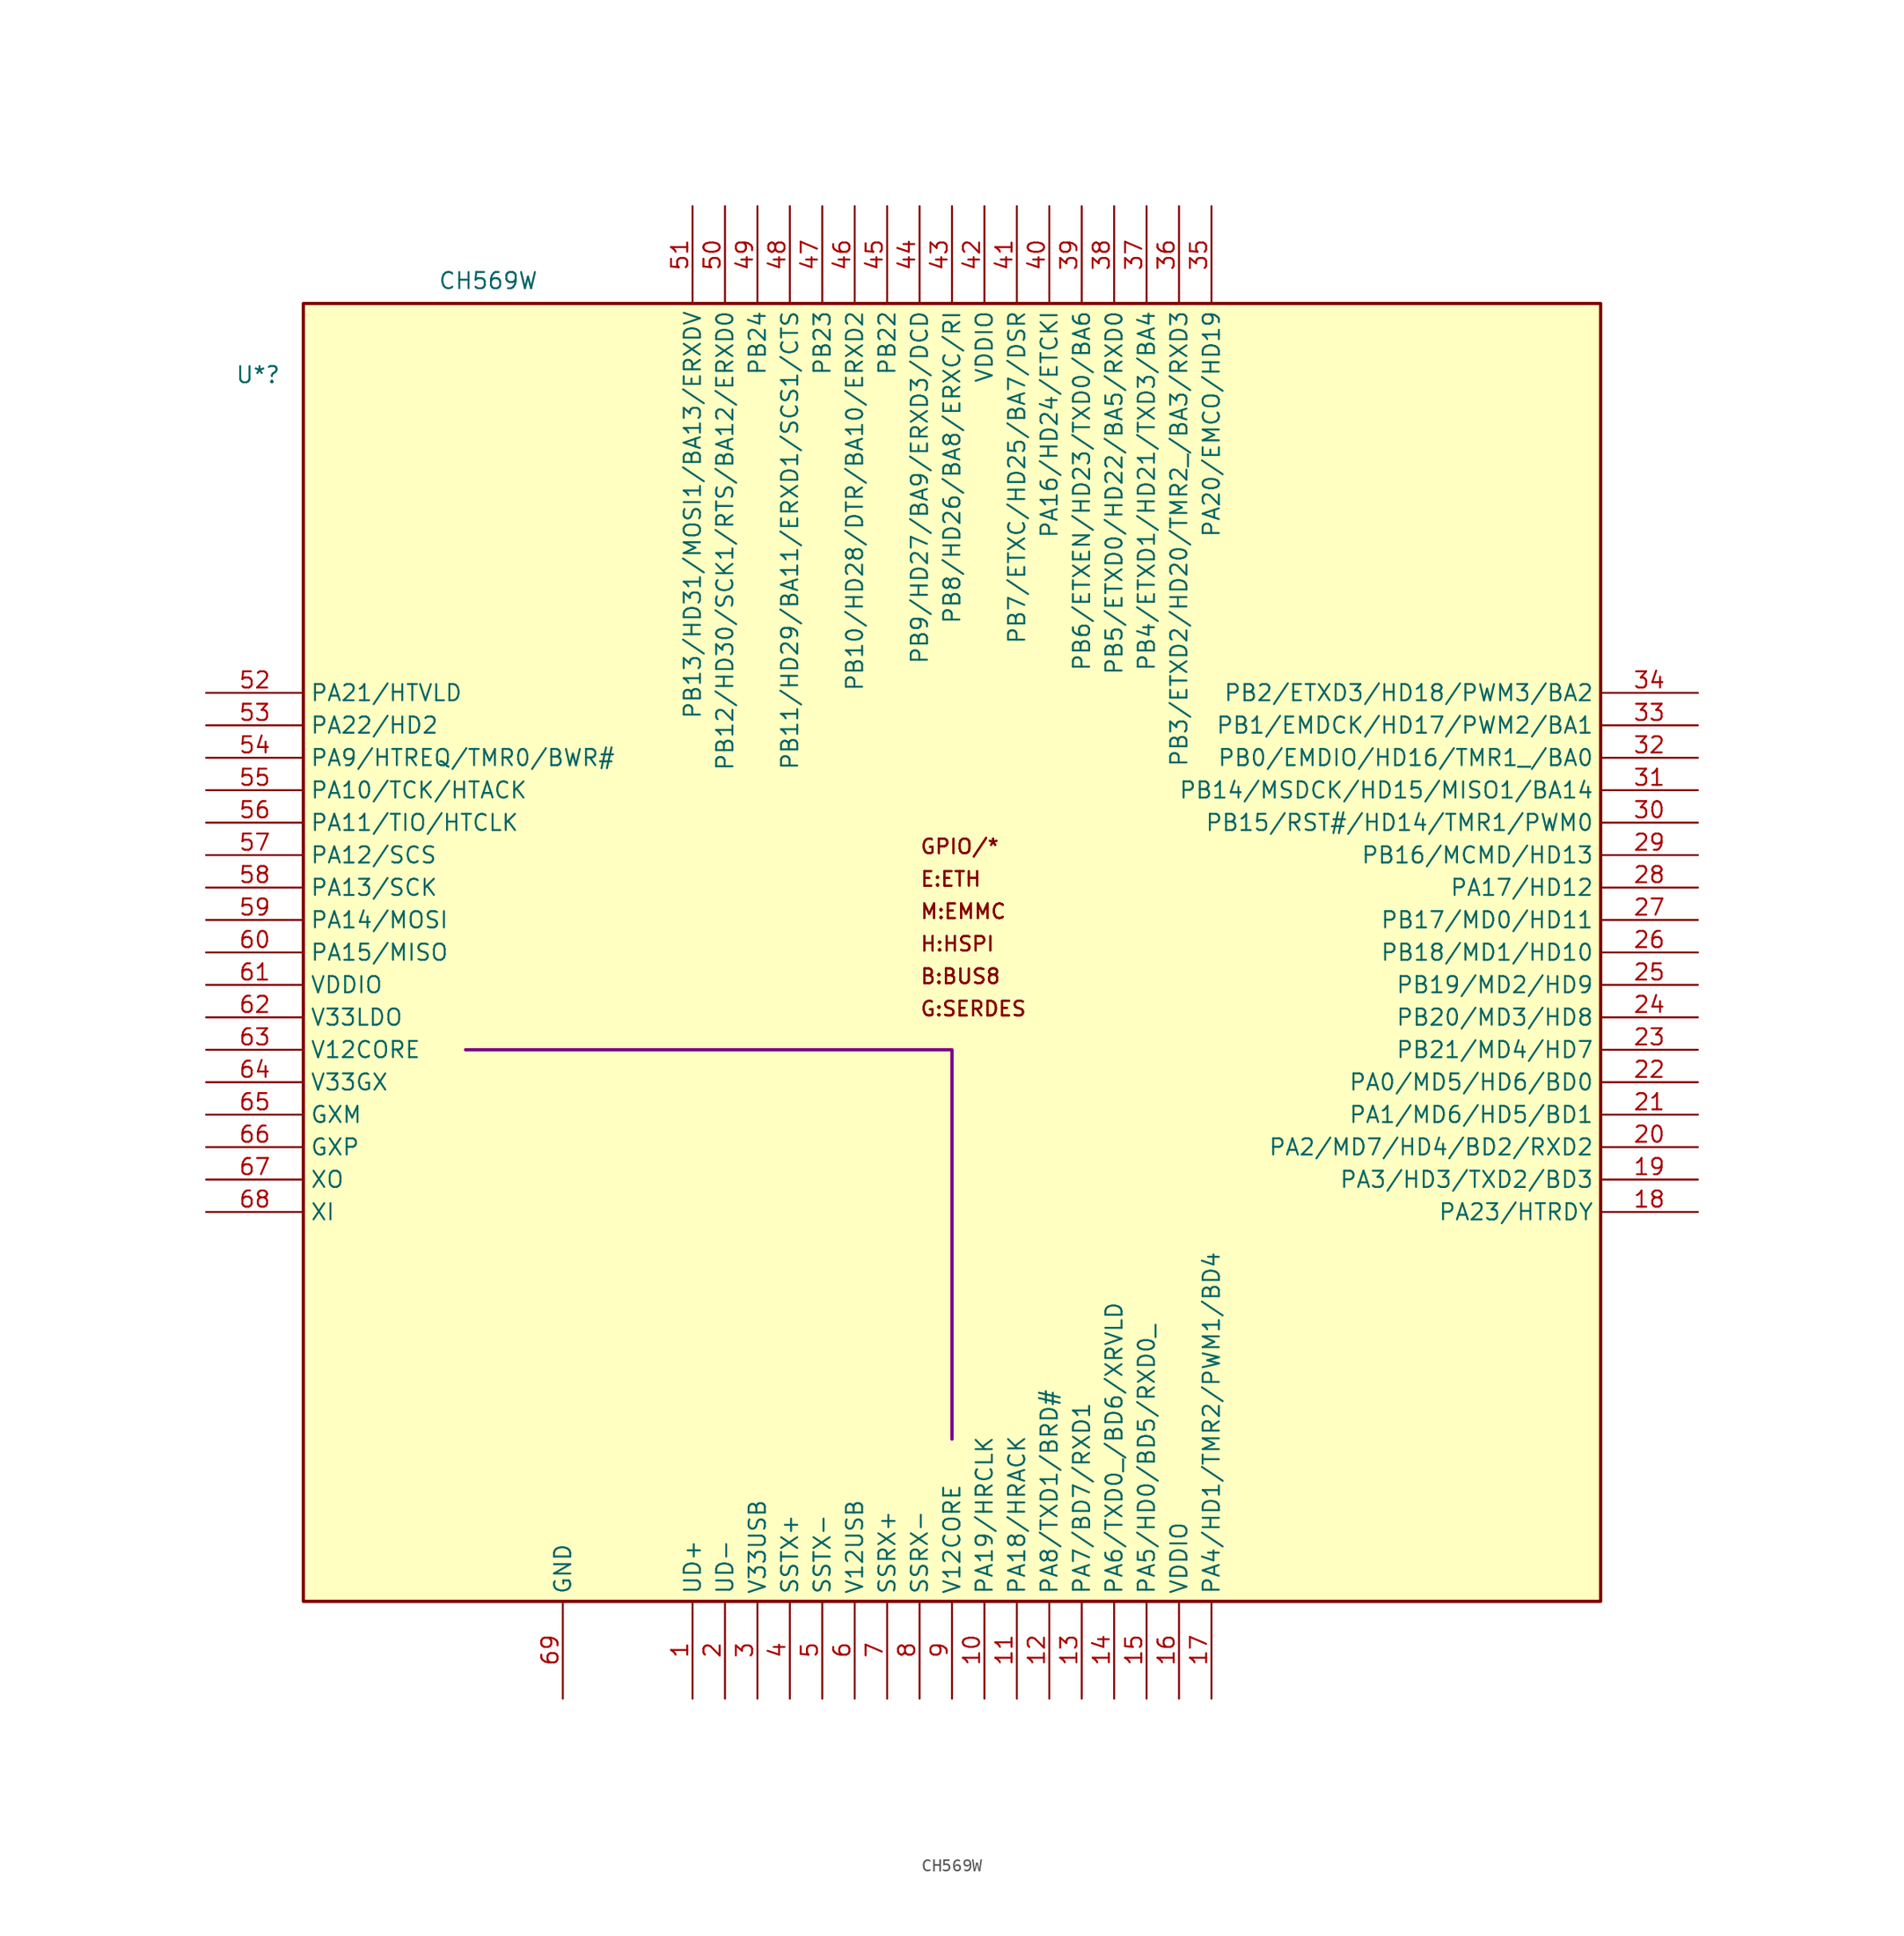
<source format=kicad_sym>
(kicad_symbol_lib
  (version 20231120)
  (generator "kicad_symbol_editor")
  (generator_version "8.0")
  (symbol "CH569W"
    (property "Reference" "U*"
      (at -3.556 -5.588 0)
      (effects (font (size 1.27 1.27))))
    (property "Value" "CH569W"
      (at 14.478 1.778 0)
      (effects (font (size 1.27 1.27))))
    (symbol "CH569W_1_0"
      (polyline (pts (xy 50.8 -88.9) (xy 50.8 -58.42) (xy 12.7 -58.42)) (stroke (width 0.254) (type solid) (color 125 0 137 1)) (fill (type none)))
      (rectangle (start 101.6 0) (end 0 -101.6) (stroke (width 0.254) (type solid) (color 128 0 0 1)) (fill (type background)))
      (text "B:BUS8" (at 48.26 -53.34 0) (effects (font (size 1.143 1.143)) (justify left bottom)))
      (text "B:BUS8" (at 48.26 -53.34 0) (effects (font (size 1.143 1.143)) (justify left bottom)))
      (text "B:BUS8" (at 48.26 -53.34 0) (effects (font (size 1.143 1.143)) (justify left bottom)))
      (text "E:ETH" (at 48.26 -45.72 0) (effects (font (size 1.143 1.143)) (justify left bottom)))
      (text "E:ETH" (at 48.26 -45.72 0) (effects (font (size 1.143 1.143)) (justify left bottom)))
      (text "E:ETH" (at 48.26 -45.72 0) (effects (font (size 1.143 1.143)) (justify left bottom)))
      (text "G:SERDES" (at 48.26 -55.88 0) (effects (font (size 1.143 1.143)) (justify left bottom)))
      (text "G:SERDES" (at 48.26 -55.88 0) (effects (font (size 1.143 1.143)) (justify left bottom)))
      (text "G:SERDES" (at 48.26 -55.88 0) (effects (font (size 1.143 1.143)) (justify left bottom)))
      (text "GPIO/*" (at 48.26 -43.18 0) (effects (font (size 1.143 1.143)) (justify left bottom)))
      (text "GPIO/*" (at 48.26 -43.18 0) (effects (font (size 1.143 1.143)) (justify left bottom)))
      (text "GPIO/*" (at 48.26 -43.18 0) (effects (font (size 1.143 1.143)) (justify left bottom)))
      (text "H:HSPI" (at 48.26 -50.8 0) (effects (font (size 1.143 1.143)) (justify left bottom)))
      (text "H:HSPI" (at 48.26 -50.8 0) (effects (font (size 1.143 1.143)) (justify left bottom)))
      (text "H:HSPI" (at 48.26 -50.8 0) (effects (font (size 1.143 1.143)) (justify left bottom)))
      (text "M:EMMC" (at 48.26 -48.26 0) (effects (font (size 1.143 1.143)) (justify left bottom)))
      (text "M:EMMC" (at 48.26 -48.26 0) (effects (font (size 1.143 1.143)) (justify left bottom)))
      (text "M:EMMC" (at 48.26 -48.26 0) (effects (font (size 1.143 1.143)) (justify left bottom)))
      (pin bidirectional line (at 30.48 -109.22 90) (length 7.62) (name "UD+" (effects (font (size 1.27 1.27)))) (number "1" (effects (font (size 1.27 1.27)))))
      (pin bidirectional line (at 53.34 -109.22 90) (length 7.62) (name "PA19/HRCLK" (effects (font (size 1.27 1.27)))) (number "10" (effects (font (size 1.27 1.27)))))
      (pin bidirectional line (at 55.88 -109.22 90) (length 7.62) (name "PA18/HRACK" (effects (font (size 1.27 1.27)))) (number "11" (effects (font (size 1.27 1.27)))))
      (pin bidirectional line (at 58.42 -109.22 90) (length 7.62) (name "PA8/TXD1/BRD#" (effects (font (size 1.27 1.27)))) (number "12" (effects (font (size 1.27 1.27)))))
      (pin bidirectional line (at 60.96 -109.22 90) (length 7.62) (name "PA7/BD7/RXD1" (effects (font (size 1.27 1.27)))) (number "13" (effects (font (size 1.27 1.27)))))
      (pin bidirectional line (at 63.5 -109.22 90) (length 7.62) (name "PA6/TXD0_/BD6/XRVLD" (effects (font (size 1.27 1.27)))) (number "14" (effects (font (size 1.27 1.27)))))
      (pin bidirectional line (at 66.04 -109.22 90) (length 7.62) (name "PA5/HD0/BD5/RXD0_" (effects (font (size 1.27 1.27)))) (number "15" (effects (font (size 1.27 1.27)))))
      (pin power_in line (at 68.58 -109.22 90) (length 7.62) (name "VDDIO" (effects (font (size 1.27 1.27)))) (number "16" (effects (font (size 1.27 1.27)))))
      (pin bidirectional line (at 71.12 -109.22 90) (length 7.62) (name "PA4/HD1/TMR2/PWM1/BD4" (effects (font (size 1.27 1.27)))) (number "17" (effects (font (size 1.27 1.27)))))
      (pin bidirectional line (at 109.22 -71.12 180) (length 7.62) (name "PA23/HTRDY" (effects (font (size 1.27 1.27)))) (number "18" (effects (font (size 1.27 1.27)))))
      (pin bidirectional line (at 109.22 -68.58 180) (length 7.62) (name "PA3/HD3/TXD2/BD3" (effects (font (size 1.27 1.27)))) (number "19" (effects (font (size 1.27 1.27)))))
      (pin bidirectional line (at 33.02 -109.22 90) (length 7.62) (name "UD-" (effects (font (size 1.27 1.27)))) (number "2" (effects (font (size 1.27 1.27)))))
      (pin bidirectional line (at 109.22 -66.04 180) (length 7.62) (name "PA2/MD7/HD4/BD2/RXD2" (effects (font (size 1.27 1.27)))) (number "20" (effects (font (size 1.27 1.27)))))
      (pin bidirectional line (at 109.22 -63.5 180) (length 7.62) (name "PA1/MD6/HD5/BD1" (effects (font (size 1.27 1.27)))) (number "21" (effects (font (size 1.27 1.27)))))
      (pin bidirectional line (at 109.22 -60.96 180) (length 7.62) (name "PA0/MD5/HD6/BD0" (effects (font (size 1.27 1.27)))) (number "22" (effects (font (size 1.27 1.27)))))
      (pin bidirectional line (at 109.22 -58.42 180) (length 7.62) (name "PB21/MD4/HD7" (effects (font (size 1.27 1.27)))) (number "23" (effects (font (size 1.27 1.27)))))
      (pin bidirectional line (at 109.22 -55.88 180) (length 7.62) (name "PB20/MD3/HD8" (effects (font (size 1.27 1.27)))) (number "24" (effects (font (size 1.27 1.27)))))
      (pin bidirectional line (at 109.22 -53.34 180) (length 7.62) (name "PB19/MD2/HD9" (effects (font (size 1.27 1.27)))) (number "25" (effects (font (size 1.27 1.27)))))
      (pin bidirectional line (at 109.22 -50.8 180) (length 7.62) (name "PB18/MD1/HD10" (effects (font (size 1.27 1.27)))) (number "26" (effects (font (size 1.27 1.27)))))
      (pin bidirectional line (at 109.22 -48.26 180) (length 7.62) (name "PB17/MD0/HD11" (effects (font (size 1.27 1.27)))) (number "27" (effects (font (size 1.27 1.27)))))
      (pin bidirectional line (at 109.22 -45.72 180) (length 7.62) (name "PA17/HD12" (effects (font (size 1.27 1.27)))) (number "28" (effects (font (size 1.27 1.27)))))
      (pin bidirectional line (at 109.22 -43.18 180) (length 7.62) (name "PB16/MCMD/HD13" (effects (font (size 1.27 1.27)))) (number "29" (effects (font (size 1.27 1.27)))))
      (pin power_in line (at 35.56 -109.22 90) (length 7.62) (name "V33USB" (effects (font (size 1.27 1.27)))) (number "3" (effects (font (size 1.27 1.27)))))
      (pin bidirectional line (at 109.22 -40.64 180) (length 7.62) (name "PB15/RST#/HD14/TMR1/PWM0" (effects (font (size 1.27 1.27)))) (number "30" (effects (font (size 1.27 1.27)))))
      (pin bidirectional line (at 109.22 -38.1 180) (length 7.62) (name "PB14/MSDCK/HD15/MISO1/BA14" (effects (font (size 1.27 1.27)))) (number "31" (effects (font (size 1.27 1.27)))))
      (pin bidirectional line (at 109.22 -35.56 180) (length 7.62) (name "PB0/EMDIO/HD16/TMR1_/BA0" (effects (font (size 1.27 1.27)))) (number "32" (effects (font (size 1.27 1.27)))))
      (pin bidirectional line (at 109.22 -33.02 180) (length 7.62) (name "PB1/EMDCK/HD17/PWM2/BA1" (effects (font (size 1.27 1.27)))) (number "33" (effects (font (size 1.27 1.27)))))
      (pin bidirectional line (at 109.22 -30.48 180) (length 7.62) (name "PB2/ETXD3/HD18/PWM3/BA2" (effects (font (size 1.27 1.27)))) (number "34" (effects (font (size 1.27 1.27)))))
      (pin bidirectional line (at 71.12 7.62 270) (length 7.62) (name "PA20/EMCO/HD19" (effects (font (size 1.27 1.27)))) (number "35" (effects (font (size 1.27 1.27)))))
      (pin bidirectional line (at 68.58 7.62 270) (length 7.62) (name "PB3/ETXD2/HD20/TMR2_/BA3/RXD3" (effects (font (size 1.27 1.27)))) (number "36" (effects (font (size 1.27 1.27)))))
      (pin bidirectional line (at 66.04 7.62 270) (length 7.62) (name "PB4/ETXD1/HD21/TXD3/BA4" (effects (font (size 1.27 1.27)))) (number "37" (effects (font (size 1.27 1.27)))))
      (pin bidirectional line (at 63.5 7.62 270) (length 7.62) (name "PB5/ETXD0/HD22/BA5/RXD0" (effects (font (size 1.27 1.27)))) (number "38" (effects (font (size 1.27 1.27)))))
      (pin bidirectional line (at 60.96 7.62 270) (length 7.62) (name "PB6/ETXEN/HD23/TXD0/BA6" (effects (font (size 1.27 1.27)))) (number "39" (effects (font (size 1.27 1.27)))))
      (pin bidirectional line (at 38.1 -109.22 90) (length 7.62) (name "SSTX+" (effects (font (size 1.27 1.27)))) (number "4" (effects (font (size 1.27 1.27)))))
      (pin bidirectional line (at 58.42 7.62 270) (length 7.62) (name "PA16/HD24/ETCKI" (effects (font (size 1.27 1.27)))) (number "40" (effects (font (size 1.27 1.27)))))
      (pin bidirectional line (at 55.88 7.62 270) (length 7.62) (name "PB7/ETXC/HD25/BA7/DSR" (effects (font (size 1.27 1.27)))) (number "41" (effects (font (size 1.27 1.27)))))
      (pin power_in line (at 53.34 7.62 270) (length 7.62) (name "VDDIO" (effects (font (size 1.27 1.27)))) (number "42" (effects (font (size 1.27 1.27)))))
      (pin bidirectional line (at 50.8 7.62 270) (length 7.62) (name "PB8/HD26/BA8/ERXC/RI" (effects (font (size 1.27 1.27)))) (number "43" (effects (font (size 1.27 1.27)))))
      (pin bidirectional line (at 48.26 7.62 270) (length 7.62) (name "PB9/HD27/BA9/ERXD3/DCD" (effects (font (size 1.27 1.27)))) (number "44" (effects (font (size 1.27 1.27)))))
      (pin bidirectional line (at 45.72 7.62 270) (length 7.62) (name "PB22" (effects (font (size 1.27 1.27)))) (number "45" (effects (font (size 1.27 1.27)))))
      (pin bidirectional line (at 43.18 7.62 270) (length 7.62) (name "PB10/HD28/DTR/BA10/ERXD2" (effects (font (size 1.27 1.27)))) (number "46" (effects (font (size 1.27 1.27)))))
      (pin bidirectional line (at 40.64 7.62 270) (length 7.62) (name "PB23" (effects (font (size 1.27 1.27)))) (number "47" (effects (font (size 1.27 1.27)))))
      (pin bidirectional line (at 38.1 7.62 270) (length 7.62) (name "PB11/HD29/BA11/ERXD1/SCS1/CTS" (effects (font (size 1.27 1.27)))) (number "48" (effects (font (size 1.27 1.27)))))
      (pin bidirectional line (at 35.56 7.62 270) (length 7.62) (name "PB24" (effects (font (size 1.27 1.27)))) (number "49" (effects (font (size 1.27 1.27)))))
      (pin bidirectional line (at 40.64 -109.22 90) (length 7.62) (name "SSTX-" (effects (font (size 1.27 1.27)))) (number "5" (effects (font (size 1.27 1.27)))))
      (pin bidirectional line (at 33.02 7.62 270) (length 7.62) (name "PB12/HD30/SCK1/RTS/BA12/ERXD0" (effects (font (size 1.27 1.27)))) (number "50" (effects (font (size 1.27 1.27)))))
      (pin bidirectional line (at 30.48 7.62 270) (length 7.62) (name "PB13/HD31/MOSI1/BA13/ERXDV" (effects (font (size 1.27 1.27)))) (number "51" (effects (font (size 1.27 1.27)))))
      (pin bidirectional line (at -7.62 -30.48 0) (length 7.62) (name "PA21/HTVLD" (effects (font (size 1.27 1.27)))) (number "52" (effects (font (size 1.27 1.27)))))
      (pin bidirectional line (at -7.62 -33.02 0) (length 7.62) (name "PA22/HD2" (effects (font (size 1.27 1.27)))) (number "53" (effects (font (size 1.27 1.27)))))
      (pin bidirectional line (at -7.62 -35.56 0) (length 7.62) (name "PA9/HTREQ/TMR0/BWR#" (effects (font (size 1.27 1.27)))) (number "54" (effects (font (size 1.27 1.27)))))
      (pin bidirectional line (at -7.62 -38.1 0) (length 7.62) (name "PA10/TCK/HTACK" (effects (font (size 1.27 1.27)))) (number "55" (effects (font (size 1.27 1.27)))))
      (pin bidirectional line (at -7.62 -40.64 0) (length 7.62) (name "PA11/TIO/HTCLK" (effects (font (size 1.27 1.27)))) (number "56" (effects (font (size 1.27 1.27)))))
      (pin bidirectional line (at -7.62 -43.18 0) (length 7.62) (name "PA12/SCS" (effects (font (size 1.27 1.27)))) (number "57" (effects (font (size 1.27 1.27)))))
      (pin bidirectional line (at -7.62 -45.72 0) (length 7.62) (name "PA13/SCK" (effects (font (size 1.27 1.27)))) (number "58" (effects (font (size 1.27 1.27)))))
      (pin bidirectional line (at -7.62 -48.26 0) (length 7.62) (name "PA14/MOSI" (effects (font (size 1.27 1.27)))) (number "59" (effects (font (size 1.27 1.27)))))
      (pin power_in line (at 43.18 -109.22 90) (length 7.62) (name "V12USB" (effects (font (size 1.27 1.27)))) (number "6" (effects (font (size 1.27 1.27)))))
      (pin bidirectional line (at -7.62 -50.8 0) (length 7.62) (name "PA15/MISO" (effects (font (size 1.27 1.27)))) (number "60" (effects (font (size 1.27 1.27)))))
      (pin power_in line (at -7.62 -53.34 0) (length 7.62) (name "VDDIO" (effects (font (size 1.27 1.27)))) (number "61" (effects (font (size 1.27 1.27)))))
      (pin power_in line (at -7.62 -55.88 0) (length 7.62) (name "V33LDO" (effects (font (size 1.27 1.27)))) (number "62" (effects (font (size 1.27 1.27)))))
      (pin power_in line (at -7.62 -58.42 0) (length 7.62) (name "V12CORE" (effects (font (size 1.27 1.27)))) (number "63" (effects (font (size 1.27 1.27)))))
      (pin power_in line (at -7.62 -60.96 0) (length 7.62) (name "V33GX" (effects (font (size 1.27 1.27)))) (number "64" (effects (font (size 1.27 1.27)))))
      (pin bidirectional line (at -7.62 -63.5 0) (length 7.62) (name "GXM" (effects (font (size 1.27 1.27)))) (number "65" (effects (font (size 1.27 1.27)))))
      (pin bidirectional line (at -7.62 -66.04 0) (length 7.62) (name "GXP" (effects (font (size 1.27 1.27)))) (number "66" (effects (font (size 1.27 1.27)))))
      (pin bidirectional line (at -7.62 -68.58 0) (length 7.62) (name "XO" (effects (font (size 1.27 1.27)))) (number "67" (effects (font (size 1.27 1.27)))))
      (pin input line (at -7.62 -71.12 0) (length 7.62) (name "XI" (effects (font (size 1.27 1.27)))) (number "68" (effects (font (size 1.27 1.27)))))
      (pin power_in line (at 20.32 -109.22 90) (length 7.62) (name "GND" (effects (font (size 1.27 1.27)))) (number "69" (effects (font (size 1.27 1.27)))))
      (pin bidirectional line (at 45.72 -109.22 90) (length 7.62) (name "SSRX+" (effects (font (size 1.27 1.27)))) (number "7" (effects (font (size 1.27 1.27)))))
      (pin bidirectional line (at 48.26 -109.22 90) (length 7.62) (name "SSRX-" (effects (font (size 1.27 1.27)))) (number "8" (effects (font (size 1.27 1.27)))))
      (pin power_in line (at 50.8 -109.22 90) (length 7.62) (name "V12CORE" (effects (font (size 1.27 1.27)))) (number "9" (effects (font (size 1.27 1.27))))))))
</source>
